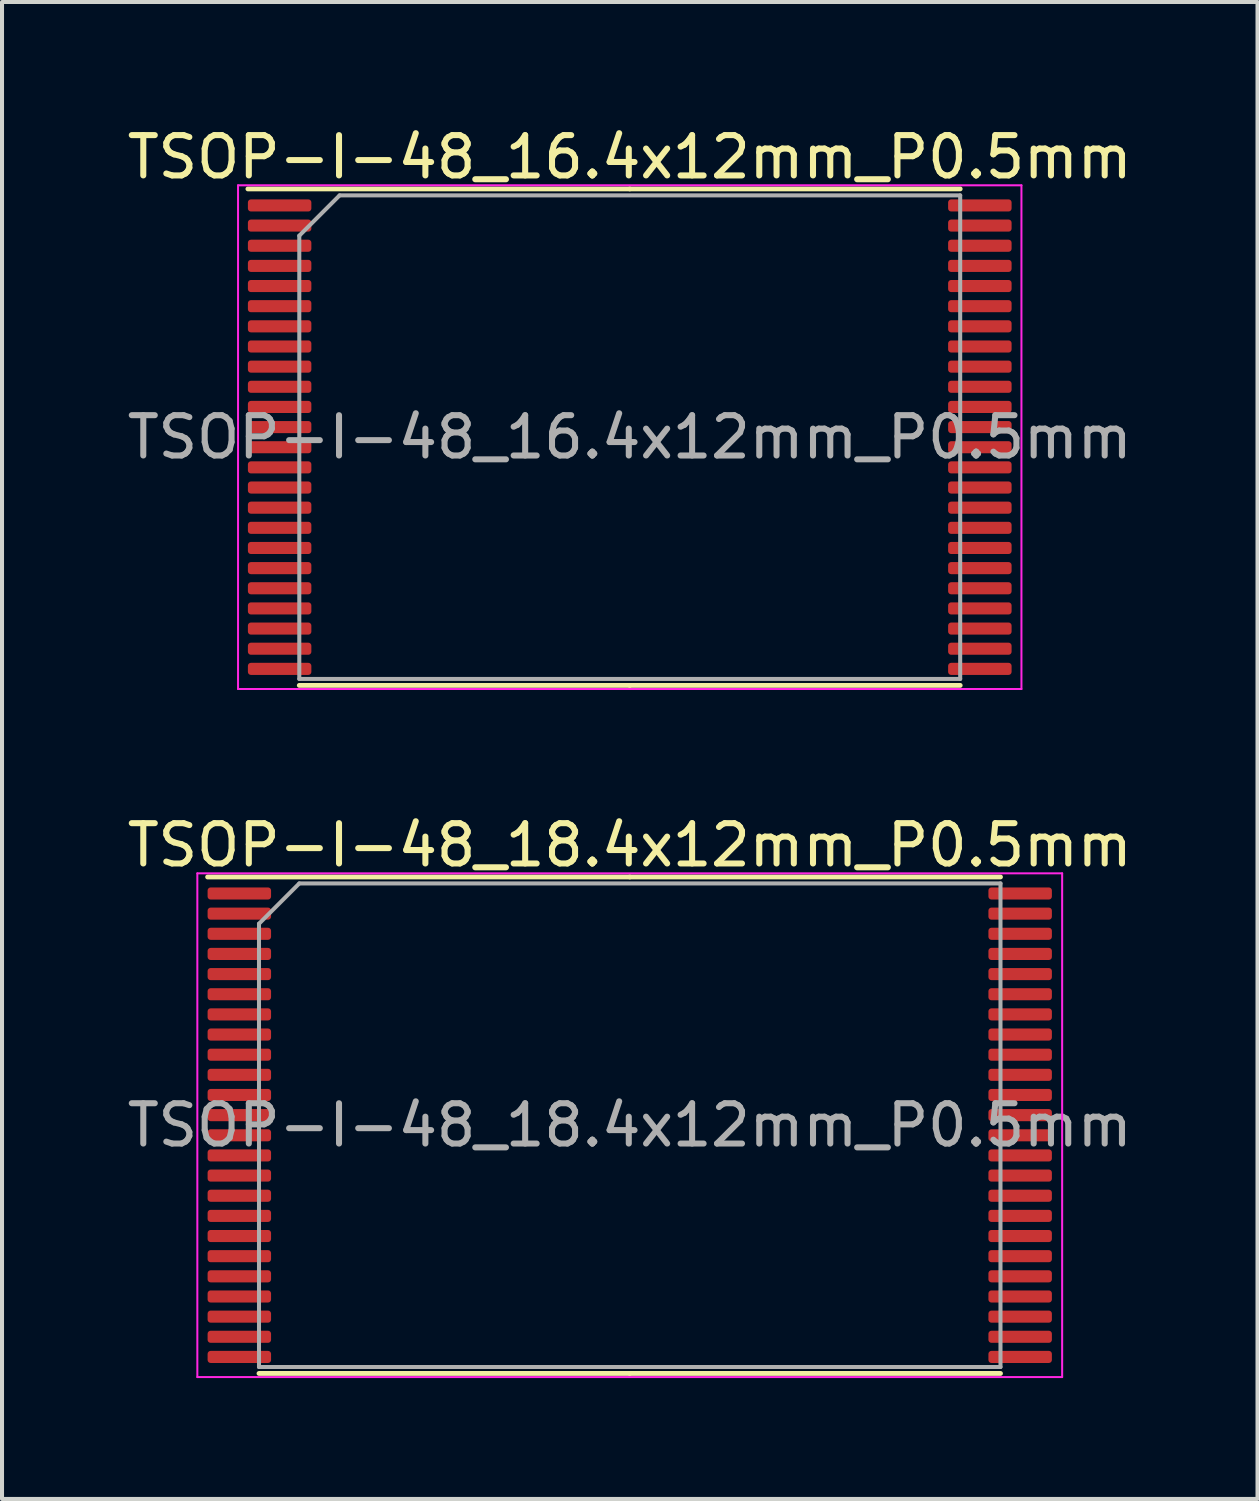
<source format=kicad_pcb>
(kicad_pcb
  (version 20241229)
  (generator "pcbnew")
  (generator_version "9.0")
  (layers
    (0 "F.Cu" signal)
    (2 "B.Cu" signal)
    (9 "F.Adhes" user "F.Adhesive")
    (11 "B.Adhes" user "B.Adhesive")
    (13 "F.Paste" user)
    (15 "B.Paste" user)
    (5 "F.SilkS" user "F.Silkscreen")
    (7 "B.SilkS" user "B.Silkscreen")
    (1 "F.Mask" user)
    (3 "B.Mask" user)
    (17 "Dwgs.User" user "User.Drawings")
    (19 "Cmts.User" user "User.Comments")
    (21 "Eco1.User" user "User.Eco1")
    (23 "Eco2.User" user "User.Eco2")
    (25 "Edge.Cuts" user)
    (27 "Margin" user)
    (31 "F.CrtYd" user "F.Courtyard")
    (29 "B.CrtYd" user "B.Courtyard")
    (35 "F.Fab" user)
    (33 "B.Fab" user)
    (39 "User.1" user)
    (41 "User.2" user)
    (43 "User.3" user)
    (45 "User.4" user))
  (footprint "TSOP-I-48_16.4x12mm_P0.5mm"
    (layer "F.Cu")
    (at 12.577 7.798)
    (property "Reference" "TSOP-I-48_16.4x12mm_P0.5mm" (at 0 -6.95 0) (layer "F.SilkS") (effects (font (size 1 1) (thickness 0.15))))
    (attr smd)
    (fp_line (start 0 -6.16) (end -9.475 -6.16) (stroke (width 0.12) (type solid)) (layer "F.SilkS"))
    (fp_line (start 0 -6.16) (end 8.2 -6.16) (stroke (width 0.12) (type solid)) (layer "F.SilkS"))
    (fp_line (start 0 6.16) (end -8.2 6.16) (stroke (width 0.12) (type solid)) (layer "F.SilkS"))
    (fp_line (start 0 6.16) (end 8.2 6.16) (stroke (width 0.12) (type solid)) (layer "F.SilkS"))
    (fp_line (start -9.72 -6.25) (end -9.72 6.25) (stroke (width 0.05) (type solid)) (layer "F.CrtYd"))
    (fp_line (start -9.72 6.25) (end 9.72 6.25) (stroke (width 0.05) (type solid)) (layer "F.CrtYd"))
    (fp_line (start 9.72 -6.25) (end -9.72 -6.25) (stroke (width 0.05) (type solid)) (layer "F.CrtYd"))
    (fp_line (start 9.72 6.25) (end 9.72 -6.25) (stroke (width 0.05) (type solid)) (layer "F.CrtYd"))
    (fp_line (start -8.2 -5) (end -7.2 -6) (stroke (width 0.1) (type solid)) (layer "F.Fab"))
    (fp_line (start -8.2 6) (end -8.2 -5) (stroke (width 0.1) (type solid)) (layer "F.Fab"))
    (fp_line (start -7.2 -6) (end 8.2 -6) (stroke (width 0.1) (type solid)) (layer "F.Fab"))
    (fp_line (start 8.2 -6) (end 8.2 6) (stroke (width 0.1) (type solid)) (layer "F.Fab"))
    (fp_line (start 8.2 6) (end -8.2 6) (stroke (width 0.1) (type solid)) (layer "F.Fab"))
    (fp_text user "${REFERENCE}" (at 0 0 0) (layer "F.Fab") (effects (font (size 1 1) (thickness 0.15))))
    (pad "1" smd roundrect (at -8.688 -5.75) (size 1.575 0.3) (layers "F.Cu" "F.Mask" "F.Paste") (roundrect_rratio 0.25))
    (pad "2" smd roundrect (at -8.688 -5.25) (size 1.575 0.3) (layers "F.Cu" "F.Mask" "F.Paste") (roundrect_rratio 0.25))
    (pad "3" smd roundrect (at -8.688 -4.75) (size 1.575 0.3) (layers "F.Cu" "F.Mask" "F.Paste") (roundrect_rratio 0.25))
    (pad "4" smd roundrect (at -8.688 -4.25) (size 1.575 0.3) (layers "F.Cu" "F.Mask" "F.Paste") (roundrect_rratio 0.25))
    (pad "5" smd roundrect (at -8.688 -3.75) (size 1.575 0.3) (layers "F.Cu" "F.Mask" "F.Paste") (roundrect_rratio 0.25))
    (pad "6" smd roundrect (at -8.688 -3.25) (size 1.575 0.3) (layers "F.Cu" "F.Mask" "F.Paste") (roundrect_rratio 0.25))
    (pad "7" smd roundrect (at -8.688 -2.75) (size 1.575 0.3) (layers "F.Cu" "F.Mask" "F.Paste") (roundrect_rratio 0.25))
    (pad "8" smd roundrect (at -8.688 -2.25) (size 1.575 0.3) (layers "F.Cu" "F.Mask" "F.Paste") (roundrect_rratio 0.25))
    (pad "9" smd roundrect (at -8.688 -1.75) (size 1.575 0.3) (layers "F.Cu" "F.Mask" "F.Paste") (roundrect_rratio 0.25))
    (pad "10" smd roundrect (at -8.688 -1.25) (size 1.575 0.3) (layers "F.Cu" "F.Mask" "F.Paste") (roundrect_rratio 0.25))
    (pad "11" smd roundrect (at -8.688 -0.75) (size 1.575 0.3) (layers "F.Cu" "F.Mask" "F.Paste") (roundrect_rratio 0.25))
    (pad "12" smd roundrect (at -8.688 -0.25) (size 1.575 0.3) (layers "F.Cu" "F.Mask" "F.Paste") (roundrect_rratio 0.25))
    (pad "13" smd roundrect (at -8.688 0.25) (size 1.575 0.3) (layers "F.Cu" "F.Mask" "F.Paste") (roundrect_rratio 0.25))
    (pad "14" smd roundrect (at -8.688 0.75) (size 1.575 0.3) (layers "F.Cu" "F.Mask" "F.Paste") (roundrect_rratio 0.25))
    (pad "15" smd roundrect (at -8.688 1.25) (size 1.575 0.3) (layers "F.Cu" "F.Mask" "F.Paste") (roundrect_rratio 0.25))
    (pad "16" smd roundrect (at -8.688 1.75) (size 1.575 0.3) (layers "F.Cu" "F.Mask" "F.Paste") (roundrect_rratio 0.25))
    (pad "17" smd roundrect (at -8.688 2.25) (size 1.575 0.3) (layers "F.Cu" "F.Mask" "F.Paste") (roundrect_rratio 0.25))
    (pad "18" smd roundrect (at -8.688 2.75) (size 1.575 0.3) (layers "F.Cu" "F.Mask" "F.Paste") (roundrect_rratio 0.25))
    (pad "19" smd roundrect (at -8.688 3.25) (size 1.575 0.3) (layers "F.Cu" "F.Mask" "F.Paste") (roundrect_rratio 0.25))
    (pad "20" smd roundrect (at -8.688 3.75) (size 1.575 0.3) (layers "F.Cu" "F.Mask" "F.Paste") (roundrect_rratio 0.25))
    (pad "21" smd roundrect (at -8.688 4.25) (size 1.575 0.3) (layers "F.Cu" "F.Mask" "F.Paste") (roundrect_rratio 0.25))
    (pad "22" smd roundrect (at -8.688 4.75) (size 1.575 0.3) (layers "F.Cu" "F.Mask" "F.Paste") (roundrect_rratio 0.25))
    (pad "23" smd roundrect (at -8.688 5.25) (size 1.575 0.3) (layers "F.Cu" "F.Mask" "F.Paste") (roundrect_rratio 0.25))
    (pad "24" smd roundrect (at -8.688 5.75) (size 1.575 0.3) (layers "F.Cu" "F.Mask" "F.Paste") (roundrect_rratio 0.25))
    (pad "25" smd roundrect (at 8.688 5.75) (size 1.575 0.3) (layers "F.Cu" "F.Mask" "F.Paste") (roundrect_rratio 0.25))
    (pad "26" smd roundrect (at 8.688 5.25) (size 1.575 0.3) (layers "F.Cu" "F.Mask" "F.Paste") (roundrect_rratio 0.25))
    (pad "27" smd roundrect (at 8.688 4.75) (size 1.575 0.3) (layers "F.Cu" "F.Mask" "F.Paste") (roundrect_rratio 0.25))
    (pad "28" smd roundrect (at 8.688 4.25) (size 1.575 0.3) (layers "F.Cu" "F.Mask" "F.Paste") (roundrect_rratio 0.25))
    (pad "29" smd roundrect (at 8.688 3.75) (size 1.575 0.3) (layers "F.Cu" "F.Mask" "F.Paste") (roundrect_rratio 0.25))
    (pad "30" smd roundrect (at 8.688 3.25) (size 1.575 0.3) (layers "F.Cu" "F.Mask" "F.Paste") (roundrect_rratio 0.25))
    (pad "31" smd roundrect (at 8.688 2.75) (size 1.575 0.3) (layers "F.Cu" "F.Mask" "F.Paste") (roundrect_rratio 0.25))
    (pad "32" smd roundrect (at 8.688 2.25) (size 1.575 0.3) (layers "F.Cu" "F.Mask" "F.Paste") (roundrect_rratio 0.25))
    (pad "33" smd roundrect (at 8.688 1.75) (size 1.575 0.3) (layers "F.Cu" "F.Mask" "F.Paste") (roundrect_rratio 0.25))
    (pad "34" smd roundrect (at 8.688 1.25) (size 1.575 0.3) (layers "F.Cu" "F.Mask" "F.Paste") (roundrect_rratio 0.25))
    (pad "35" smd roundrect (at 8.688 0.75) (size 1.575 0.3) (layers "F.Cu" "F.Mask" "F.Paste") (roundrect_rratio 0.25))
    (pad "36" smd roundrect (at 8.688 0.25) (size 1.575 0.3) (layers "F.Cu" "F.Mask" "F.Paste") (roundrect_rratio 0.25))
    (pad "37" smd roundrect (at 8.688 -0.25) (size 1.575 0.3) (layers "F.Cu" "F.Mask" "F.Paste") (roundrect_rratio 0.25))
    (pad "38" smd roundrect (at 8.688 -0.75) (size 1.575 0.3) (layers "F.Cu" "F.Mask" "F.Paste") (roundrect_rratio 0.25))
    (pad "39" smd roundrect (at 8.688 -1.25) (size 1.575 0.3) (layers "F.Cu" "F.Mask" "F.Paste") (roundrect_rratio 0.25))
    (pad "40" smd roundrect (at 8.688 -1.75) (size 1.575 0.3) (layers "F.Cu" "F.Mask" "F.Paste") (roundrect_rratio 0.25))
    (pad "41" smd roundrect (at 8.688 -2.25) (size 1.575 0.3) (layers "F.Cu" "F.Mask" "F.Paste") (roundrect_rratio 0.25))
    (pad "42" smd roundrect (at 8.688 -2.75) (size 1.575 0.3) (layers "F.Cu" "F.Mask" "F.Paste") (roundrect_rratio 0.25))
    (pad "43" smd roundrect (at 8.688 -3.25) (size 1.575 0.3) (layers "F.Cu" "F.Mask" "F.Paste") (roundrect_rratio 0.25))
    (pad "44" smd roundrect (at 8.688 -3.75) (size 1.575 0.3) (layers "F.Cu" "F.Mask" "F.Paste") (roundrect_rratio 0.25))
    (pad "45" smd roundrect (at 8.688 -4.25) (size 1.575 0.3) (layers "F.Cu" "F.Mask" "F.Paste") (roundrect_rratio 0.25))
    (pad "46" smd roundrect (at 8.688 -4.75) (size 1.575 0.3) (layers "F.Cu" "F.Mask" "F.Paste") (roundrect_rratio 0.25))
    (pad "47" smd roundrect (at 8.688 -5.25) (size 1.575 0.3) (layers "F.Cu" "F.Mask" "F.Paste") (roundrect_rratio 0.25))
    (pad "48" smd roundrect (at 8.688 -5.75) (size 1.575 0.3) (layers "F.Cu" "F.Mask" "F.Paste") (roundrect_rratio 0.25)))
  (footprint "TSOP-I-48_18.4x12mm_P0.5mm"
    (layer "F.Cu")
    (at 12.577 24.872)
    (property "Reference" "TSOP-I-48_18.4x12mm_P0.5mm" (at 0 -6.95 0) (layer "F.SilkS") (effects (font (size 1 1) (thickness 0.15))))
    (attr smd)
    (fp_line (start 0 -6.16) (end -10.475 -6.16) (stroke (width 0.12) (type solid)) (layer "F.SilkS"))
    (fp_line (start 0 -6.16) (end 9.2 -6.16) (stroke (width 0.12) (type solid)) (layer "F.SilkS"))
    (fp_line (start 0 6.16) (end -9.2 6.16) (stroke (width 0.12) (type solid)) (layer "F.SilkS"))
    (fp_line (start 0 6.16) (end 9.2 6.16) (stroke (width 0.12) (type solid)) (layer "F.SilkS"))
    (fp_line (start -10.73 -6.25) (end -10.73 6.25) (stroke (width 0.05) (type solid)) (layer "F.CrtYd"))
    (fp_line (start -10.73 6.25) (end 10.73 6.25) (stroke (width 0.05) (type solid)) (layer "F.CrtYd"))
    (fp_line (start 10.73 -6.25) (end -10.73 -6.25) (stroke (width 0.05) (type solid)) (layer "F.CrtYd"))
    (fp_line (start 10.73 6.25) (end 10.73 -6.25) (stroke (width 0.05) (type solid)) (layer "F.CrtYd"))
    (fp_line (start -9.2 -5) (end -8.2 -6) (stroke (width 0.1) (type solid)) (layer "F.Fab"))
    (fp_line (start -9.2 6) (end -9.2 -5) (stroke (width 0.1) (type solid)) (layer "F.Fab"))
    (fp_line (start -8.2 -6) (end 9.2 -6) (stroke (width 0.1) (type solid)) (layer "F.Fab"))
    (fp_line (start 9.2 -6) (end 9.2 6) (stroke (width 0.1) (type solid)) (layer "F.Fab"))
    (fp_line (start 9.2 6) (end -9.2 6) (stroke (width 0.1) (type solid)) (layer "F.Fab"))
    (fp_text user "${REFERENCE}" (at 0 0 0) (layer "F.Fab") (effects (font (size 1 1) (thickness 0.15))))
    (pad "1" smd roundrect (at -9.688 -5.75) (size 1.575 0.3) (layers "F.Cu" "F.Mask" "F.Paste") (roundrect_rratio 0.25))
    (pad "2" smd roundrect (at -9.688 -5.25) (size 1.575 0.3) (layers "F.Cu" "F.Mask" "F.Paste") (roundrect_rratio 0.25))
    (pad "3" smd roundrect (at -9.688 -4.75) (size 1.575 0.3) (layers "F.Cu" "F.Mask" "F.Paste") (roundrect_rratio 0.25))
    (pad "4" smd roundrect (at -9.688 -4.25) (size 1.575 0.3) (layers "F.Cu" "F.Mask" "F.Paste") (roundrect_rratio 0.25))
    (pad "5" smd roundrect (at -9.688 -3.75) (size 1.575 0.3) (layers "F.Cu" "F.Mask" "F.Paste") (roundrect_rratio 0.25))
    (pad "6" smd roundrect (at -9.688 -3.25) (size 1.575 0.3) (layers "F.Cu" "F.Mask" "F.Paste") (roundrect_rratio 0.25))
    (pad "7" smd roundrect (at -9.688 -2.75) (size 1.575 0.3) (layers "F.Cu" "F.Mask" "F.Paste") (roundrect_rratio 0.25))
    (pad "8" smd roundrect (at -9.688 -2.25) (size 1.575 0.3) (layers "F.Cu" "F.Mask" "F.Paste") (roundrect_rratio 0.25))
    (pad "9" smd roundrect (at -9.688 -1.75) (size 1.575 0.3) (layers "F.Cu" "F.Mask" "F.Paste") (roundrect_rratio 0.25))
    (pad "10" smd roundrect (at -9.688 -1.25) (size 1.575 0.3) (layers "F.Cu" "F.Mask" "F.Paste") (roundrect_rratio 0.25))
    (pad "11" smd roundrect (at -9.688 -0.75) (size 1.575 0.3) (layers "F.Cu" "F.Mask" "F.Paste") (roundrect_rratio 0.25))
    (pad "12" smd roundrect (at -9.688 -0.25) (size 1.575 0.3) (layers "F.Cu" "F.Mask" "F.Paste") (roundrect_rratio 0.25))
    (pad "13" smd roundrect (at -9.688 0.25) (size 1.575 0.3) (layers "F.Cu" "F.Mask" "F.Paste") (roundrect_rratio 0.25))
    (pad "14" smd roundrect (at -9.688 0.75) (size 1.575 0.3) (layers "F.Cu" "F.Mask" "F.Paste") (roundrect_rratio 0.25))
    (pad "15" smd roundrect (at -9.688 1.25) (size 1.575 0.3) (layers "F.Cu" "F.Mask" "F.Paste") (roundrect_rratio 0.25))
    (pad "16" smd roundrect (at -9.688 1.75) (size 1.575 0.3) (layers "F.Cu" "F.Mask" "F.Paste") (roundrect_rratio 0.25))
    (pad "17" smd roundrect (at -9.688 2.25) (size 1.575 0.3) (layers "F.Cu" "F.Mask" "F.Paste") (roundrect_rratio 0.25))
    (pad "18" smd roundrect (at -9.688 2.75) (size 1.575 0.3) (layers "F.Cu" "F.Mask" "F.Paste") (roundrect_rratio 0.25))
    (pad "19" smd roundrect (at -9.688 3.25) (size 1.575 0.3) (layers "F.Cu" "F.Mask" "F.Paste") (roundrect_rratio 0.25))
    (pad "20" smd roundrect (at -9.688 3.75) (size 1.575 0.3) (layers "F.Cu" "F.Mask" "F.Paste") (roundrect_rratio 0.25))
    (pad "21" smd roundrect (at -9.688 4.25) (size 1.575 0.3) (layers "F.Cu" "F.Mask" "F.Paste") (roundrect_rratio 0.25))
    (pad "22" smd roundrect (at -9.688 4.75) (size 1.575 0.3) (layers "F.Cu" "F.Mask" "F.Paste") (roundrect_rratio 0.25))
    (pad "23" smd roundrect (at -9.688 5.25) (size 1.575 0.3) (layers "F.Cu" "F.Mask" "F.Paste") (roundrect_rratio 0.25))
    (pad "24" smd roundrect (at -9.688 5.75) (size 1.575 0.3) (layers "F.Cu" "F.Mask" "F.Paste") (roundrect_rratio 0.25))
    (pad "25" smd roundrect (at 9.688 5.75) (size 1.575 0.3) (layers "F.Cu" "F.Mask" "F.Paste") (roundrect_rratio 0.25))
    (pad "26" smd roundrect (at 9.688 5.25) (size 1.575 0.3) (layers "F.Cu" "F.Mask" "F.Paste") (roundrect_rratio 0.25))
    (pad "27" smd roundrect (at 9.688 4.75) (size 1.575 0.3) (layers "F.Cu" "F.Mask" "F.Paste") (roundrect_rratio 0.25))
    (pad "28" smd roundrect (at 9.688 4.25) (size 1.575 0.3) (layers "F.Cu" "F.Mask" "F.Paste") (roundrect_rratio 0.25))
    (pad "29" smd roundrect (at 9.688 3.75) (size 1.575 0.3) (layers "F.Cu" "F.Mask" "F.Paste") (roundrect_rratio 0.25))
    (pad "30" smd roundrect (at 9.688 3.25) (size 1.575 0.3) (layers "F.Cu" "F.Mask" "F.Paste") (roundrect_rratio 0.25))
    (pad "31" smd roundrect (at 9.688 2.75) (size 1.575 0.3) (layers "F.Cu" "F.Mask" "F.Paste") (roundrect_rratio 0.25))
    (pad "32" smd roundrect (at 9.688 2.25) (size 1.575 0.3) (layers "F.Cu" "F.Mask" "F.Paste") (roundrect_rratio 0.25))
    (pad "33" smd roundrect (at 9.688 1.75) (size 1.575 0.3) (layers "F.Cu" "F.Mask" "F.Paste") (roundrect_rratio 0.25))
    (pad "34" smd roundrect (at 9.688 1.25) (size 1.575 0.3) (layers "F.Cu" "F.Mask" "F.Paste") (roundrect_rratio 0.25))
    (pad "35" smd roundrect (at 9.688 0.75) (size 1.575 0.3) (layers "F.Cu" "F.Mask" "F.Paste") (roundrect_rratio 0.25))
    (pad "36" smd roundrect (at 9.688 0.25) (size 1.575 0.3) (layers "F.Cu" "F.Mask" "F.Paste") (roundrect_rratio 0.25))
    (pad "37" smd roundrect (at 9.688 -0.25) (size 1.575 0.3) (layers "F.Cu" "F.Mask" "F.Paste") (roundrect_rratio 0.25))
    (pad "38" smd roundrect (at 9.688 -0.75) (size 1.575 0.3) (layers "F.Cu" "F.Mask" "F.Paste") (roundrect_rratio 0.25))
    (pad "39" smd roundrect (at 9.688 -1.25) (size 1.575 0.3) (layers "F.Cu" "F.Mask" "F.Paste") (roundrect_rratio 0.25))
    (pad "40" smd roundrect (at 9.688 -1.75) (size 1.575 0.3) (layers "F.Cu" "F.Mask" "F.Paste") (roundrect_rratio 0.25))
    (pad "41" smd roundrect (at 9.688 -2.25) (size 1.575 0.3) (layers "F.Cu" "F.Mask" "F.Paste") (roundrect_rratio 0.25))
    (pad "42" smd roundrect (at 9.688 -2.75) (size 1.575 0.3) (layers "F.Cu" "F.Mask" "F.Paste") (roundrect_rratio 0.25))
    (pad "43" smd roundrect (at 9.688 -3.25) (size 1.575 0.3) (layers "F.Cu" "F.Mask" "F.Paste") (roundrect_rratio 0.25))
    (pad "44" smd roundrect (at 9.688 -3.75) (size 1.575 0.3) (layers "F.Cu" "F.Mask" "F.Paste") (roundrect_rratio 0.25))
    (pad "45" smd roundrect (at 9.688 -4.25) (size 1.575 0.3) (layers "F.Cu" "F.Mask" "F.Paste") (roundrect_rratio 0.25))
    (pad "46" smd roundrect (at 9.688 -4.75) (size 1.575 0.3) (layers "F.Cu" "F.Mask" "F.Paste") (roundrect_rratio 0.25))
    (pad "47" smd roundrect (at 9.688 -5.25) (size 1.575 0.3) (layers "F.Cu" "F.Mask" "F.Paste") (roundrect_rratio 0.25))
    (pad "48" smd roundrect (at 9.688 -5.75) (size 1.575 0.3) (layers "F.Cu" "F.Mask" "F.Paste") (roundrect_rratio 0.25)))
  (gr_rect
    (start -3 -3)
    (end 28.155 34.147)
    (stroke (width 0.1) (type default))
    (fill no)
    (layer "Edge.Cuts")))
</source>
